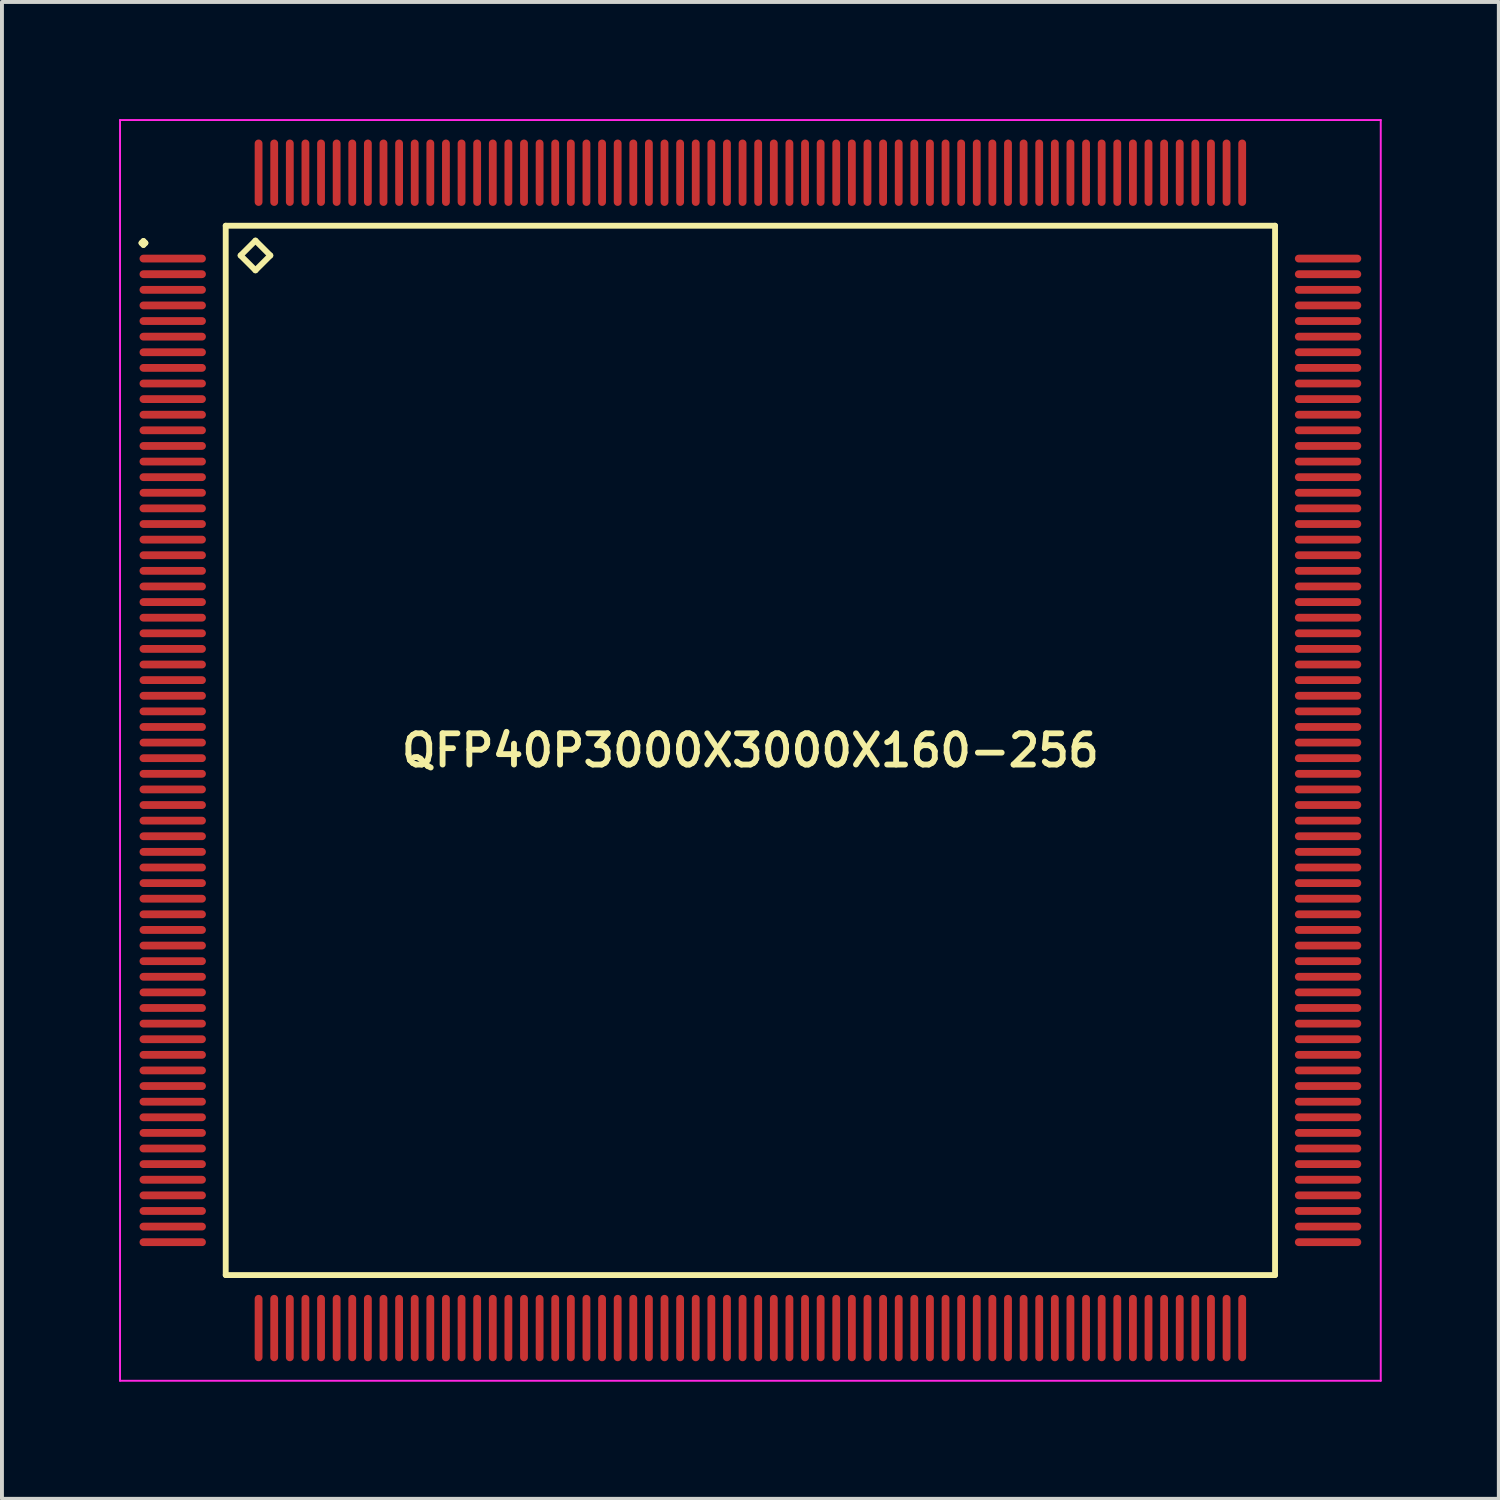
<source format=kicad_pcb>
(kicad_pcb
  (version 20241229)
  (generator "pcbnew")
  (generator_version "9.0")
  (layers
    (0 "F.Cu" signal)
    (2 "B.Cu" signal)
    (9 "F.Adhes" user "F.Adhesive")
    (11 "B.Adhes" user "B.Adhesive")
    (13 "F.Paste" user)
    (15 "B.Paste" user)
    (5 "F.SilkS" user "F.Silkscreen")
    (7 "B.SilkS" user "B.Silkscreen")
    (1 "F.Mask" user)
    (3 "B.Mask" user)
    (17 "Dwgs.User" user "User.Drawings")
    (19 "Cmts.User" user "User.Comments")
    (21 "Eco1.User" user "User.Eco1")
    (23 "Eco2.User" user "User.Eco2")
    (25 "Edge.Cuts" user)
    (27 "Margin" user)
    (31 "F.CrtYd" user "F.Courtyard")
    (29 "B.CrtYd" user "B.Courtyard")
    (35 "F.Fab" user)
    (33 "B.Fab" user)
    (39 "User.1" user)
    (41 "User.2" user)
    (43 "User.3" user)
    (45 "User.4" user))
  (footprint "QFP40P3000X3000X160-256"
    (layer "F.Cu")
    (at 16.175 16.175)
    (property "Reference" "QFP40P3000X3000X160-256" (at 0 0 0) (layer "F.SilkS") (effects (font (size 0.8 0.8) (thickness 0.15))))
    (attr smd)
    (fp_line (start -15.6 -13) (end -15.55 -13.05) (stroke (width 0.15) (type solid)) (layer "F.SilkS"))
    (fp_line (start -15.55 -13.05) (end -15.5 -13) (stroke (width 0.15) (type solid)) (layer "F.SilkS"))
    (fp_line (start -15.55 -12.95) (end -15.6 -13) (stroke (width 0.15) (type solid)) (layer "F.SilkS"))
    (fp_line (start -15.5 -13) (end -15.55 -12.95) (stroke (width 0.15) (type solid)) (layer "F.SilkS"))
    (fp_line (start -13.442 -13.442) (end -13.442 13.442) (stroke (width 0.15) (type solid)) (layer "F.SilkS"))
    (fp_line (start -13.442 13.442) (end 13.442 13.442) (stroke (width 0.15) (type solid)) (layer "F.SilkS"))
    (fp_line (start -13.061 -12.68) (end -12.68 -13.061) (stroke (width 0.15) (type solid)) (layer "F.SilkS"))
    (fp_line (start -12.68 -13.061) (end -12.299 -12.68) (stroke (width 0.15) (type solid)) (layer "F.SilkS"))
    (fp_line (start -12.68 -12.299) (end -13.061 -12.68) (stroke (width 0.15) (type solid)) (layer "F.SilkS"))
    (fp_line (start -12.299 -12.68) (end -12.68 -12.299) (stroke (width 0.15) (type solid)) (layer "F.SilkS"))
    (fp_line (start 13.442 -13.442) (end -13.442 -13.442) (stroke (width 0.15) (type solid)) (layer "F.SilkS"))
    (fp_line (start 13.442 13.442) (end 13.442 -13.442) (stroke (width 0.15) (type solid)) (layer "F.SilkS"))
    (fp_line (start -16.15 -16.15) (end 16.15 -16.15) (stroke (width 0.05) (type solid)) (layer "F.CrtYd"))
    (fp_line (start -16.15 16.15) (end -16.15 -16.15) (stroke (width 0.05) (type solid)) (layer "F.CrtYd"))
    (fp_line (start 16.15 -16.15) (end 16.15 16.15) (stroke (width 0.05) (type solid)) (layer "F.CrtYd"))
    (fp_line (start 16.15 16.15) (end -16.15 16.15) (stroke (width 0.05) (type solid)) (layer "F.CrtYd"))
    (pad "1" smd oval (at -14.8 -12.6) (size 1.7 0.2) (layers "F.Cu" "F.Mask" "F.Paste"))
    (pad "2" smd oval (at -14.8 -12.2) (size 1.7 0.2) (layers "F.Cu" "F.Mask" "F.Paste"))
    (pad "3" smd oval (at -14.8 -11.8) (size 1.7 0.2) (layers "F.Cu" "F.Mask" "F.Paste"))
    (pad "4" smd oval (at -14.8 -11.4) (size 1.7 0.2) (layers "F.Cu" "F.Mask" "F.Paste"))
    (pad "5" smd oval (at -14.8 -11) (size 1.7 0.2) (layers "F.Cu" "F.Mask" "F.Paste"))
    (pad "6" smd oval (at -14.8 -10.6) (size 1.7 0.2) (layers "F.Cu" "F.Mask" "F.Paste"))
    (pad "7" smd oval (at -14.8 -10.2) (size 1.7 0.2) (layers "F.Cu" "F.Mask" "F.Paste"))
    (pad "8" smd oval (at -14.8 -9.8) (size 1.7 0.2) (layers "F.Cu" "F.Mask" "F.Paste"))
    (pad "9" smd oval (at -14.8 -9.4) (size 1.7 0.2) (layers "F.Cu" "F.Mask" "F.Paste"))
    (pad "10" smd oval (at -14.8 -9) (size 1.7 0.2) (layers "F.Cu" "F.Mask" "F.Paste"))
    (pad "11" smd oval (at -14.8 -8.6) (size 1.7 0.2) (layers "F.Cu" "F.Mask" "F.Paste"))
    (pad "12" smd oval (at -14.8 -8.2) (size 1.7 0.2) (layers "F.Cu" "F.Mask" "F.Paste"))
    (pad "13" smd oval (at -14.8 -7.8) (size 1.7 0.2) (layers "F.Cu" "F.Mask" "F.Paste"))
    (pad "14" smd oval (at -14.8 -7.4) (size 1.7 0.2) (layers "F.Cu" "F.Mask" "F.Paste"))
    (pad "15" smd oval (at -14.8 -7) (size 1.7 0.2) (layers "F.Cu" "F.Mask" "F.Paste"))
    (pad "16" smd oval (at -14.8 -6.6) (size 1.7 0.2) (layers "F.Cu" "F.Mask" "F.Paste"))
    (pad "17" smd oval (at -14.8 -6.2) (size 1.7 0.2) (layers "F.Cu" "F.Mask" "F.Paste"))
    (pad "18" smd oval (at -14.8 -5.8) (size 1.7 0.2) (layers "F.Cu" "F.Mask" "F.Paste"))
    (pad "19" smd oval (at -14.8 -5.4) (size 1.7 0.2) (layers "F.Cu" "F.Mask" "F.Paste"))
    (pad "20" smd oval (at -14.8 -5) (size 1.7 0.2) (layers "F.Cu" "F.Mask" "F.Paste"))
    (pad "21" smd oval (at -14.8 -4.6) (size 1.7 0.2) (layers "F.Cu" "F.Mask" "F.Paste"))
    (pad "22" smd oval (at -14.8 -4.2) (size 1.7 0.2) (layers "F.Cu" "F.Mask" "F.Paste"))
    (pad "23" smd oval (at -14.8 -3.8) (size 1.7 0.2) (layers "F.Cu" "F.Mask" "F.Paste"))
    (pad "24" smd oval (at -14.8 -3.4) (size 1.7 0.2) (layers "F.Cu" "F.Mask" "F.Paste"))
    (pad "25" smd oval (at -14.8 -3) (size 1.7 0.2) (layers "F.Cu" "F.Mask" "F.Paste"))
    (pad "26" smd oval (at -14.8 -2.6) (size 1.7 0.2) (layers "F.Cu" "F.Mask" "F.Paste"))
    (pad "27" smd oval (at -14.8 -2.2) (size 1.7 0.2) (layers "F.Cu" "F.Mask" "F.Paste"))
    (pad "28" smd oval (at -14.8 -1.8) (size 1.7 0.2) (layers "F.Cu" "F.Mask" "F.Paste"))
    (pad "29" smd oval (at -14.8 -1.4) (size 1.7 0.2) (layers "F.Cu" "F.Mask" "F.Paste"))
    (pad "30" smd oval (at -14.8 -1) (size 1.7 0.2) (layers "F.Cu" "F.Mask" "F.Paste"))
    (pad "31" smd oval (at -14.8 -0.6) (size 1.7 0.2) (layers "F.Cu" "F.Mask" "F.Paste"))
    (pad "32" smd oval (at -14.8 -0.2) (size 1.7 0.2) (layers "F.Cu" "F.Mask" "F.Paste"))
    (pad "33" smd oval (at -14.8 0.2) (size 1.7 0.2) (layers "F.Cu" "F.Mask" "F.Paste"))
    (pad "34" smd oval (at -14.8 0.6) (size 1.7 0.2) (layers "F.Cu" "F.Mask" "F.Paste"))
    (pad "35" smd oval (at -14.8 1) (size 1.7 0.2) (layers "F.Cu" "F.Mask" "F.Paste"))
    (pad "36" smd oval (at -14.8 1.4) (size 1.7 0.2) (layers "F.Cu" "F.Mask" "F.Paste"))
    (pad "37" smd oval (at -14.8 1.8) (size 1.7 0.2) (layers "F.Cu" "F.Mask" "F.Paste"))
    (pad "38" smd oval (at -14.8 2.2) (size 1.7 0.2) (layers "F.Cu" "F.Mask" "F.Paste"))
    (pad "39" smd oval (at -14.8 2.6) (size 1.7 0.2) (layers "F.Cu" "F.Mask" "F.Paste"))
    (pad "40" smd oval (at -14.8 3) (size 1.7 0.2) (layers "F.Cu" "F.Mask" "F.Paste"))
    (pad "41" smd oval (at -14.8 3.4) (size 1.7 0.2) (layers "F.Cu" "F.Mask" "F.Paste"))
    (pad "42" smd oval (at -14.8 3.8) (size 1.7 0.2) (layers "F.Cu" "F.Mask" "F.Paste"))
    (pad "43" smd oval (at -14.8 4.2) (size 1.7 0.2) (layers "F.Cu" "F.Mask" "F.Paste"))
    (pad "44" smd oval (at -14.8 4.6) (size 1.7 0.2) (layers "F.Cu" "F.Mask" "F.Paste"))
    (pad "45" smd oval (at -14.8 5) (size 1.7 0.2) (layers "F.Cu" "F.Mask" "F.Paste"))
    (pad "46" smd oval (at -14.8 5.4) (size 1.7 0.2) (layers "F.Cu" "F.Mask" "F.Paste"))
    (pad "47" smd oval (at -14.8 5.8) (size 1.7 0.2) (layers "F.Cu" "F.Mask" "F.Paste"))
    (pad "48" smd oval (at -14.8 6.2) (size 1.7 0.2) (layers "F.Cu" "F.Mask" "F.Paste"))
    (pad "49" smd oval (at -14.8 6.6) (size 1.7 0.2) (layers "F.Cu" "F.Mask" "F.Paste"))
    (pad "50" smd oval (at -14.8 7) (size 1.7 0.2) (layers "F.Cu" "F.Mask" "F.Paste"))
    (pad "51" smd oval (at -14.8 7.4) (size 1.7 0.2) (layers "F.Cu" "F.Mask" "F.Paste"))
    (pad "52" smd oval (at -14.8 7.8) (size 1.7 0.2) (layers "F.Cu" "F.Mask" "F.Paste"))
    (pad "53" smd oval (at -14.8 8.2) (size 1.7 0.2) (layers "F.Cu" "F.Mask" "F.Paste"))
    (pad "54" smd oval (at -14.8 8.6) (size 1.7 0.2) (layers "F.Cu" "F.Mask" "F.Paste"))
    (pad "55" smd oval (at -14.8 9) (size 1.7 0.2) (layers "F.Cu" "F.Mask" "F.Paste"))
    (pad "56" smd oval (at -14.8 9.4) (size 1.7 0.2) (layers "F.Cu" "F.Mask" "F.Paste"))
    (pad "57" smd oval (at -14.8 9.8) (size 1.7 0.2) (layers "F.Cu" "F.Mask" "F.Paste"))
    (pad "58" smd oval (at -14.8 10.2) (size 1.7 0.2) (layers "F.Cu" "F.Mask" "F.Paste"))
    (pad "59" smd oval (at -14.8 10.6) (size 1.7 0.2) (layers "F.Cu" "F.Mask" "F.Paste"))
    (pad "60" smd oval (at -14.8 11) (size 1.7 0.2) (layers "F.Cu" "F.Mask" "F.Paste"))
    (pad "61" smd oval (at -14.8 11.4) (size 1.7 0.2) (layers "F.Cu" "F.Mask" "F.Paste"))
    (pad "62" smd oval (at -14.8 11.8) (size 1.7 0.2) (layers "F.Cu" "F.Mask" "F.Paste"))
    (pad "63" smd oval (at -14.8 12.2) (size 1.7 0.2) (layers "F.Cu" "F.Mask" "F.Paste"))
    (pad "64" smd oval (at -14.8 12.6) (size 1.7 0.2) (layers "F.Cu" "F.Mask" "F.Paste"))
    (pad "65" smd oval (at -12.6 14.8) (size 0.2 1.7) (layers "F.Cu" "F.Mask" "F.Paste"))
    (pad "66" smd oval (at -12.2 14.8) (size 0.2 1.7) (layers "F.Cu" "F.Mask" "F.Paste"))
    (pad "67" smd oval (at -11.8 14.8) (size 0.2 1.7) (layers "F.Cu" "F.Mask" "F.Paste"))
    (pad "68" smd oval (at -11.4 14.8) (size 0.2 1.7) (layers "F.Cu" "F.Mask" "F.Paste"))
    (pad "69" smd oval (at -11 14.8) (size 0.2 1.7) (layers "F.Cu" "F.Mask" "F.Paste"))
    (pad "70" smd oval (at -10.6 14.8) (size 0.2 1.7) (layers "F.Cu" "F.Mask" "F.Paste"))
    (pad "71" smd oval (at -10.2 14.8) (size 0.2 1.7) (layers "F.Cu" "F.Mask" "F.Paste"))
    (pad "72" smd oval (at -9.8 14.8) (size 0.2 1.7) (layers "F.Cu" "F.Mask" "F.Paste"))
    (pad "73" smd oval (at -9.4 14.8) (size 0.2 1.7) (layers "F.Cu" "F.Mask" "F.Paste"))
    (pad "74" smd oval (at -9 14.8) (size 0.2 1.7) (layers "F.Cu" "F.Mask" "F.Paste"))
    (pad "75" smd oval (at -8.6 14.8) (size 0.2 1.7) (layers "F.Cu" "F.Mask" "F.Paste"))
    (pad "76" smd oval (at -8.2 14.8) (size 0.2 1.7) (layers "F.Cu" "F.Mask" "F.Paste"))
    (pad "77" smd oval (at -7.8 14.8) (size 0.2 1.7) (layers "F.Cu" "F.Mask" "F.Paste"))
    (pad "78" smd oval (at -7.4 14.8) (size 0.2 1.7) (layers "F.Cu" "F.Mask" "F.Paste"))
    (pad "79" smd oval (at -7 14.8) (size 0.2 1.7) (layers "F.Cu" "F.Mask" "F.Paste"))
    (pad "80" smd oval (at -6.6 14.8) (size 0.2 1.7) (layers "F.Cu" "F.Mask" "F.Paste"))
    (pad "81" smd oval (at -6.2 14.8) (size 0.2 1.7) (layers "F.Cu" "F.Mask" "F.Paste"))
    (pad "82" smd oval (at -5.8 14.8) (size 0.2 1.7) (layers "F.Cu" "F.Mask" "F.Paste"))
    (pad "83" smd oval (at -5.4 14.8) (size 0.2 1.7) (layers "F.Cu" "F.Mask" "F.Paste"))
    (pad "84" smd oval (at -5 14.8) (size 0.2 1.7) (layers "F.Cu" "F.Mask" "F.Paste"))
    (pad "85" smd oval (at -4.6 14.8) (size 0.2 1.7) (layers "F.Cu" "F.Mask" "F.Paste"))
    (pad "86" smd oval (at -4.2 14.8) (size 0.2 1.7) (layers "F.Cu" "F.Mask" "F.Paste"))
    (pad "87" smd oval (at -3.8 14.8) (size 0.2 1.7) (layers "F.Cu" "F.Mask" "F.Paste"))
    (pad "88" smd oval (at -3.4 14.8) (size 0.2 1.7) (layers "F.Cu" "F.Mask" "F.Paste"))
    (pad "89" smd oval (at -3 14.8) (size 0.2 1.7) (layers "F.Cu" "F.Mask" "F.Paste"))
    (pad "90" smd oval (at -2.6 14.8) (size 0.2 1.7) (layers "F.Cu" "F.Mask" "F.Paste"))
    (pad "91" smd oval (at -2.2 14.8) (size 0.2 1.7) (layers "F.Cu" "F.Mask" "F.Paste"))
    (pad "92" smd oval (at -1.8 14.8) (size 0.2 1.7) (layers "F.Cu" "F.Mask" "F.Paste"))
    (pad "93" smd oval (at -1.4 14.8) (size 0.2 1.7) (layers "F.Cu" "F.Mask" "F.Paste"))
    (pad "94" smd oval (at -1 14.8) (size 0.2 1.7) (layers "F.Cu" "F.Mask" "F.Paste"))
    (pad "95" smd oval (at -0.6 14.8) (size 0.2 1.7) (layers "F.Cu" "F.Mask" "F.Paste"))
    (pad "96" smd oval (at -0.2 14.8) (size 0.2 1.7) (layers "F.Cu" "F.Mask" "F.Paste"))
    (pad "97" smd oval (at 0.2 14.8) (size 0.2 1.7) (layers "F.Cu" "F.Mask" "F.Paste"))
    (pad "98" smd oval (at 0.6 14.8) (size 0.2 1.7) (layers "F.Cu" "F.Mask" "F.Paste"))
    (pad "99" smd oval (at 1 14.8) (size 0.2 1.7) (layers "F.Cu" "F.Mask" "F.Paste"))
    (pad "100" smd oval (at 1.4 14.8) (size 0.2 1.7) (layers "F.Cu" "F.Mask" "F.Paste"))
    (pad "101" smd oval (at 1.8 14.8) (size 0.2 1.7) (layers "F.Cu" "F.Mask" "F.Paste"))
    (pad "102" smd oval (at 2.2 14.8) (size 0.2 1.7) (layers "F.Cu" "F.Mask" "F.Paste"))
    (pad "103" smd oval (at 2.6 14.8) (size 0.2 1.7) (layers "F.Cu" "F.Mask" "F.Paste"))
    (pad "104" smd oval (at 3 14.8) (size 0.2 1.7) (layers "F.Cu" "F.Mask" "F.Paste"))
    (pad "105" smd oval (at 3.4 14.8) (size 0.2 1.7) (layers "F.Cu" "F.Mask" "F.Paste"))
    (pad "106" smd oval (at 3.8 14.8) (size 0.2 1.7) (layers "F.Cu" "F.Mask" "F.Paste"))
    (pad "107" smd oval (at 4.2 14.8) (size 0.2 1.7) (layers "F.Cu" "F.Mask" "F.Paste"))
    (pad "108" smd oval (at 4.6 14.8) (size 0.2 1.7) (layers "F.Cu" "F.Mask" "F.Paste"))
    (pad "109" smd oval (at 5 14.8) (size 0.2 1.7) (layers "F.Cu" "F.Mask" "F.Paste"))
    (pad "110" smd oval (at 5.4 14.8) (size 0.2 1.7) (layers "F.Cu" "F.Mask" "F.Paste"))
    (pad "111" smd oval (at 5.8 14.8) (size 0.2 1.7) (layers "F.Cu" "F.Mask" "F.Paste"))
    (pad "112" smd oval (at 6.2 14.8) (size 0.2 1.7) (layers "F.Cu" "F.Mask" "F.Paste"))
    (pad "113" smd oval (at 6.6 14.8) (size 0.2 1.7) (layers "F.Cu" "F.Mask" "F.Paste"))
    (pad "114" smd oval (at 7 14.8) (size 0.2 1.7) (layers "F.Cu" "F.Mask" "F.Paste"))
    (pad "115" smd oval (at 7.4 14.8) (size 0.2 1.7) (layers "F.Cu" "F.Mask" "F.Paste"))
    (pad "116" smd oval (at 7.8 14.8) (size 0.2 1.7) (layers "F.Cu" "F.Mask" "F.Paste"))
    (pad "117" smd oval (at 8.2 14.8) (size 0.2 1.7) (layers "F.Cu" "F.Mask" "F.Paste"))
    (pad "118" smd oval (at 8.6 14.8) (size 0.2 1.7) (layers "F.Cu" "F.Mask" "F.Paste"))
    (pad "119" smd oval (at 9 14.8) (size 0.2 1.7) (layers "F.Cu" "F.Mask" "F.Paste"))
    (pad "120" smd oval (at 9.4 14.8) (size 0.2 1.7) (layers "F.Cu" "F.Mask" "F.Paste"))
    (pad "121" smd oval (at 9.8 14.8) (size 0.2 1.7) (layers "F.Cu" "F.Mask" "F.Paste"))
    (pad "122" smd oval (at 10.2 14.8) (size 0.2 1.7) (layers "F.Cu" "F.Mask" "F.Paste"))
    (pad "123" smd oval (at 10.6 14.8) (size 0.2 1.7) (layers "F.Cu" "F.Mask" "F.Paste"))
    (pad "124" smd oval (at 11 14.8) (size 0.2 1.7) (layers "F.Cu" "F.Mask" "F.Paste"))
    (pad "125" smd oval (at 11.4 14.8) (size 0.2 1.7) (layers "F.Cu" "F.Mask" "F.Paste"))
    (pad "126" smd oval (at 11.8 14.8) (size 0.2 1.7) (layers "F.Cu" "F.Mask" "F.Paste"))
    (pad "127" smd oval (at 12.2 14.8) (size 0.2 1.7) (layers "F.Cu" "F.Mask" "F.Paste"))
    (pad "128" smd oval (at 12.6 14.8) (size 0.2 1.7) (layers "F.Cu" "F.Mask" "F.Paste"))
    (pad "129" smd oval (at 14.8 12.6) (size 1.7 0.2) (layers "F.Cu" "F.Mask" "F.Paste"))
    (pad "130" smd oval (at 14.8 12.2) (size 1.7 0.2) (layers "F.Cu" "F.Mask" "F.Paste"))
    (pad "131" smd oval (at 14.8 11.8) (size 1.7 0.2) (layers "F.Cu" "F.Mask" "F.Paste"))
    (pad "132" smd oval (at 14.8 11.4) (size 1.7 0.2) (layers "F.Cu" "F.Mask" "F.Paste"))
    (pad "133" smd oval (at 14.8 11) (size 1.7 0.2) (layers "F.Cu" "F.Mask" "F.Paste"))
    (pad "134" smd oval (at 14.8 10.6) (size 1.7 0.2) (layers "F.Cu" "F.Mask" "F.Paste"))
    (pad "135" smd oval (at 14.8 10.2) (size 1.7 0.2) (layers "F.Cu" "F.Mask" "F.Paste"))
    (pad "136" smd oval (at 14.8 9.8) (size 1.7 0.2) (layers "F.Cu" "F.Mask" "F.Paste"))
    (pad "137" smd oval (at 14.8 9.4) (size 1.7 0.2) (layers "F.Cu" "F.Mask" "F.Paste"))
    (pad "138" smd oval (at 14.8 9) (size 1.7 0.2) (layers "F.Cu" "F.Mask" "F.Paste"))
    (pad "139" smd oval (at 14.8 8.6) (size 1.7 0.2) (layers "F.Cu" "F.Mask" "F.Paste"))
    (pad "140" smd oval (at 14.8 8.2) (size 1.7 0.2) (layers "F.Cu" "F.Mask" "F.Paste"))
    (pad "141" smd oval (at 14.8 7.8) (size 1.7 0.2) (layers "F.Cu" "F.Mask" "F.Paste"))
    (pad "142" smd oval (at 14.8 7.4) (size 1.7 0.2) (layers "F.Cu" "F.Mask" "F.Paste"))
    (pad "143" smd oval (at 14.8 7) (size 1.7 0.2) (layers "F.Cu" "F.Mask" "F.Paste"))
    (pad "144" smd oval (at 14.8 6.6) (size 1.7 0.2) (layers "F.Cu" "F.Mask" "F.Paste"))
    (pad "145" smd oval (at 14.8 6.2) (size 1.7 0.2) (layers "F.Cu" "F.Mask" "F.Paste"))
    (pad "146" smd oval (at 14.8 5.8) (size 1.7 0.2) (layers "F.Cu" "F.Mask" "F.Paste"))
    (pad "147" smd oval (at 14.8 5.4) (size 1.7 0.2) (layers "F.Cu" "F.Mask" "F.Paste"))
    (pad "148" smd oval (at 14.8 5) (size 1.7 0.2) (layers "F.Cu" "F.Mask" "F.Paste"))
    (pad "149" smd oval (at 14.8 4.6) (size 1.7 0.2) (layers "F.Cu" "F.Mask" "F.Paste"))
    (pad "150" smd oval (at 14.8 4.2) (size 1.7 0.2) (layers "F.Cu" "F.Mask" "F.Paste"))
    (pad "151" smd oval (at 14.8 3.8) (size 1.7 0.2) (layers "F.Cu" "F.Mask" "F.Paste"))
    (pad "152" smd oval (at 14.8 3.4) (size 1.7 0.2) (layers "F.Cu" "F.Mask" "F.Paste"))
    (pad "153" smd oval (at 14.8 3) (size 1.7 0.2) (layers "F.Cu" "F.Mask" "F.Paste"))
    (pad "154" smd oval (at 14.8 2.6) (size 1.7 0.2) (layers "F.Cu" "F.Mask" "F.Paste"))
    (pad "155" smd oval (at 14.8 2.2) (size 1.7 0.2) (layers "F.Cu" "F.Mask" "F.Paste"))
    (pad "156" smd oval (at 14.8 1.8) (size 1.7 0.2) (layers "F.Cu" "F.Mask" "F.Paste"))
    (pad "157" smd oval (at 14.8 1.4) (size 1.7 0.2) (layers "F.Cu" "F.Mask" "F.Paste"))
    (pad "158" smd oval (at 14.8 1) (size 1.7 0.2) (layers "F.Cu" "F.Mask" "F.Paste"))
    (pad "159" smd oval (at 14.8 0.6) (size 1.7 0.2) (layers "F.Cu" "F.Mask" "F.Paste"))
    (pad "160" smd oval (at 14.8 0.2) (size 1.7 0.2) (layers "F.Cu" "F.Mask" "F.Paste"))
    (pad "161" smd oval (at 14.8 -0.2) (size 1.7 0.2) (layers "F.Cu" "F.Mask" "F.Paste"))
    (pad "162" smd oval (at 14.8 -0.6) (size 1.7 0.2) (layers "F.Cu" "F.Mask" "F.Paste"))
    (pad "163" smd oval (at 14.8 -1) (size 1.7 0.2) (layers "F.Cu" "F.Mask" "F.Paste"))
    (pad "164" smd oval (at 14.8 -1.4) (size 1.7 0.2) (layers "F.Cu" "F.Mask" "F.Paste"))
    (pad "165" smd oval (at 14.8 -1.8) (size 1.7 0.2) (layers "F.Cu" "F.Mask" "F.Paste"))
    (pad "166" smd oval (at 14.8 -2.2) (size 1.7 0.2) (layers "F.Cu" "F.Mask" "F.Paste"))
    (pad "167" smd oval (at 14.8 -2.6) (size 1.7 0.2) (layers "F.Cu" "F.Mask" "F.Paste"))
    (pad "168" smd oval (at 14.8 -3) (size 1.7 0.2) (layers "F.Cu" "F.Mask" "F.Paste"))
    (pad "169" smd oval (at 14.8 -3.4) (size 1.7 0.2) (layers "F.Cu" "F.Mask" "F.Paste"))
    (pad "170" smd oval (at 14.8 -3.8) (size 1.7 0.2) (layers "F.Cu" "F.Mask" "F.Paste"))
    (pad "171" smd oval (at 14.8 -4.2) (size 1.7 0.2) (layers "F.Cu" "F.Mask" "F.Paste"))
    (pad "172" smd oval (at 14.8 -4.6) (size 1.7 0.2) (layers "F.Cu" "F.Mask" "F.Paste"))
    (pad "173" smd oval (at 14.8 -5) (size 1.7 0.2) (layers "F.Cu" "F.Mask" "F.Paste"))
    (pad "174" smd oval (at 14.8 -5.4) (size 1.7 0.2) (layers "F.Cu" "F.Mask" "F.Paste"))
    (pad "175" smd oval (at 14.8 -5.8) (size 1.7 0.2) (layers "F.Cu" "F.Mask" "F.Paste"))
    (pad "176" smd oval (at 14.8 -6.2) (size 1.7 0.2) (layers "F.Cu" "F.Mask" "F.Paste"))
    (pad "177" smd oval (at 14.8 -6.6) (size 1.7 0.2) (layers "F.Cu" "F.Mask" "F.Paste"))
    (pad "178" smd oval (at 14.8 -7) (size 1.7 0.2) (layers "F.Cu" "F.Mask" "F.Paste"))
    (pad "179" smd oval (at 14.8 -7.4) (size 1.7 0.2) (layers "F.Cu" "F.Mask" "F.Paste"))
    (pad "180" smd oval (at 14.8 -7.8) (size 1.7 0.2) (layers "F.Cu" "F.Mask" "F.Paste"))
    (pad "181" smd oval (at 14.8 -8.2) (size 1.7 0.2) (layers "F.Cu" "F.Mask" "F.Paste"))
    (pad "182" smd oval (at 14.8 -8.6) (size 1.7 0.2) (layers "F.Cu" "F.Mask" "F.Paste"))
    (pad "183" smd oval (at 14.8 -9) (size 1.7 0.2) (layers "F.Cu" "F.Mask" "F.Paste"))
    (pad "184" smd oval (at 14.8 -9.4) (size 1.7 0.2) (layers "F.Cu" "F.Mask" "F.Paste"))
    (pad "185" smd oval (at 14.8 -9.8) (size 1.7 0.2) (layers "F.Cu" "F.Mask" "F.Paste"))
    (pad "186" smd oval (at 14.8 -10.2) (size 1.7 0.2) (layers "F.Cu" "F.Mask" "F.Paste"))
    (pad "187" smd oval (at 14.8 -10.6) (size 1.7 0.2) (layers "F.Cu" "F.Mask" "F.Paste"))
    (pad "188" smd oval (at 14.8 -11) (size 1.7 0.2) (layers "F.Cu" "F.Mask" "F.Paste"))
    (pad "189" smd oval (at 14.8 -11.4) (size 1.7 0.2) (layers "F.Cu" "F.Mask" "F.Paste"))
    (pad "190" smd oval (at 14.8 -11.8) (size 1.7 0.2) (layers "F.Cu" "F.Mask" "F.Paste"))
    (pad "191" smd oval (at 14.8 -12.2) (size 1.7 0.2) (layers "F.Cu" "F.Mask" "F.Paste"))
    (pad "192" smd oval (at 14.8 -12.6) (size 1.7 0.2) (layers "F.Cu" "F.Mask" "F.Paste"))
    (pad "193" smd oval (at 12.6 -14.8) (size 0.2 1.7) (layers "F.Cu" "F.Mask" "F.Paste"))
    (pad "194" smd oval (at 12.2 -14.8) (size 0.2 1.7) (layers "F.Cu" "F.Mask" "F.Paste"))
    (pad "195" smd oval (at 11.8 -14.8) (size 0.2 1.7) (layers "F.Cu" "F.Mask" "F.Paste"))
    (pad "196" smd oval (at 11.4 -14.8) (size 0.2 1.7) (layers "F.Cu" "F.Mask" "F.Paste"))
    (pad "197" smd oval (at 11 -14.8) (size 0.2 1.7) (layers "F.Cu" "F.Mask" "F.Paste"))
    (pad "198" smd oval (at 10.6 -14.8) (size 0.2 1.7) (layers "F.Cu" "F.Mask" "F.Paste"))
    (pad "199" smd oval (at 10.2 -14.8) (size 0.2 1.7) (layers "F.Cu" "F.Mask" "F.Paste"))
    (pad "200" smd oval (at 9.8 -14.8) (size 0.2 1.7) (layers "F.Cu" "F.Mask" "F.Paste"))
    (pad "201" smd oval (at 9.4 -14.8) (size 0.2 1.7) (layers "F.Cu" "F.Mask" "F.Paste"))
    (pad "202" smd oval (at 9 -14.8) (size 0.2 1.7) (layers "F.Cu" "F.Mask" "F.Paste"))
    (pad "203" smd oval (at 8.6 -14.8) (size 0.2 1.7) (layers "F.Cu" "F.Mask" "F.Paste"))
    (pad "204" smd oval (at 8.2 -14.8) (size 0.2 1.7) (layers "F.Cu" "F.Mask" "F.Paste"))
    (pad "205" smd oval (at 7.8 -14.8) (size 0.2 1.7) (layers "F.Cu" "F.Mask" "F.Paste"))
    (pad "206" smd oval (at 7.4 -14.8) (size 0.2 1.7) (layers "F.Cu" "F.Mask" "F.Paste"))
    (pad "207" smd oval (at 7 -14.8) (size 0.2 1.7) (layers "F.Cu" "F.Mask" "F.Paste"))
    (pad "208" smd oval (at 6.6 -14.8) (size 0.2 1.7) (layers "F.Cu" "F.Mask" "F.Paste"))
    (pad "209" smd oval (at 6.2 -14.8) (size 0.2 1.7) (layers "F.Cu" "F.Mask" "F.Paste"))
    (pad "210" smd oval (at 5.8 -14.8) (size 0.2 1.7) (layers "F.Cu" "F.Mask" "F.Paste"))
    (pad "211" smd oval (at 5.4 -14.8) (size 0.2 1.7) (layers "F.Cu" "F.Mask" "F.Paste"))
    (pad "212" smd oval (at 5 -14.8) (size 0.2 1.7) (layers "F.Cu" "F.Mask" "F.Paste"))
    (pad "213" smd oval (at 4.6 -14.8) (size 0.2 1.7) (layers "F.Cu" "F.Mask" "F.Paste"))
    (pad "214" smd oval (at 4.2 -14.8) (size 0.2 1.7) (layers "F.Cu" "F.Mask" "F.Paste"))
    (pad "215" smd oval (at 3.8 -14.8) (size 0.2 1.7) (layers "F.Cu" "F.Mask" "F.Paste"))
    (pad "216" smd oval (at 3.4 -14.8) (size 0.2 1.7) (layers "F.Cu" "F.Mask" "F.Paste"))
    (pad "217" smd oval (at 3 -14.8) (size 0.2 1.7) (layers "F.Cu" "F.Mask" "F.Paste"))
    (pad "218" smd oval (at 2.6 -14.8) (size 0.2 1.7) (layers "F.Cu" "F.Mask" "F.Paste"))
    (pad "219" smd oval (at 2.2 -14.8) (size 0.2 1.7) (layers "F.Cu" "F.Mask" "F.Paste"))
    (pad "220" smd oval (at 1.8 -14.8) (size 0.2 1.7) (layers "F.Cu" "F.Mask" "F.Paste"))
    (pad "221" smd oval (at 1.4 -14.8) (size 0.2 1.7) (layers "F.Cu" "F.Mask" "F.Paste"))
    (pad "222" smd oval (at 1 -14.8) (size 0.2 1.7) (layers "F.Cu" "F.Mask" "F.Paste"))
    (pad "223" smd oval (at 0.6 -14.8) (size 0.2 1.7) (layers "F.Cu" "F.Mask" "F.Paste"))
    (pad "224" smd oval (at 0.2 -14.8) (size 0.2 1.7) (layers "F.Cu" "F.Mask" "F.Paste"))
    (pad "225" smd oval (at -0.2 -14.8) (size 0.2 1.7) (layers "F.Cu" "F.Mask" "F.Paste"))
    (pad "226" smd oval (at -0.6 -14.8) (size 0.2 1.7) (layers "F.Cu" "F.Mask" "F.Paste"))
    (pad "227" smd oval (at -1 -14.8) (size 0.2 1.7) (layers "F.Cu" "F.Mask" "F.Paste"))
    (pad "228" smd oval (at -1.4 -14.8) (size 0.2 1.7) (layers "F.Cu" "F.Mask" "F.Paste"))
    (pad "229" smd oval (at -1.8 -14.8) (size 0.2 1.7) (layers "F.Cu" "F.Mask" "F.Paste"))
    (pad "230" smd oval (at -2.2 -14.8) (size 0.2 1.7) (layers "F.Cu" "F.Mask" "F.Paste"))
    (pad "231" smd oval (at -2.6 -14.8) (size 0.2 1.7) (layers "F.Cu" "F.Mask" "F.Paste"))
    (pad "232" smd oval (at -3 -14.8) (size 0.2 1.7) (layers "F.Cu" "F.Mask" "F.Paste"))
    (pad "233" smd oval (at -3.4 -14.8) (size 0.2 1.7) (layers "F.Cu" "F.Mask" "F.Paste"))
    (pad "234" smd oval (at -3.8 -14.8) (size 0.2 1.7) (layers "F.Cu" "F.Mask" "F.Paste"))
    (pad "235" smd oval (at -4.2 -14.8) (size 0.2 1.7) (layers "F.Cu" "F.Mask" "F.Paste"))
    (pad "236" smd oval (at -4.6 -14.8) (size 0.2 1.7) (layers "F.Cu" "F.Mask" "F.Paste"))
    (pad "237" smd oval (at -5 -14.8) (size 0.2 1.7) (layers "F.Cu" "F.Mask" "F.Paste"))
    (pad "238" smd oval (at -5.4 -14.8) (size 0.2 1.7) (layers "F.Cu" "F.Mask" "F.Paste"))
    (pad "239" smd oval (at -5.8 -14.8) (size 0.2 1.7) (layers "F.Cu" "F.Mask" "F.Paste"))
    (pad "240" smd oval (at -6.2 -14.8) (size 0.2 1.7) (layers "F.Cu" "F.Mask" "F.Paste"))
    (pad "241" smd oval (at -6.6 -14.8) (size 0.2 1.7) (layers "F.Cu" "F.Mask" "F.Paste"))
    (pad "242" smd oval (at -7 -14.8) (size 0.2 1.7) (layers "F.Cu" "F.Mask" "F.Paste"))
    (pad "243" smd oval (at -7.4 -14.8) (size 0.2 1.7) (layers "F.Cu" "F.Mask" "F.Paste"))
    (pad "244" smd oval (at -7.8 -14.8) (size 0.2 1.7) (layers "F.Cu" "F.Mask" "F.Paste"))
    (pad "245" smd oval (at -8.2 -14.8) (size 0.2 1.7) (layers "F.Cu" "F.Mask" "F.Paste"))
    (pad "246" smd oval (at -8.6 -14.8) (size 0.2 1.7) (layers "F.Cu" "F.Mask" "F.Paste"))
    (pad "247" smd oval (at -9 -14.8) (size 0.2 1.7) (layers "F.Cu" "F.Mask" "F.Paste"))
    (pad "248" smd oval (at -9.4 -14.8) (size 0.2 1.7) (layers "F.Cu" "F.Mask" "F.Paste"))
    (pad "249" smd oval (at -9.8 -14.8) (size 0.2 1.7) (layers "F.Cu" "F.Mask" "F.Paste"))
    (pad "250" smd oval (at -10.2 -14.8) (size 0.2 1.7) (layers "F.Cu" "F.Mask" "F.Paste"))
    (pad "251" smd oval (at -10.6 -14.8) (size 0.2 1.7) (layers "F.Cu" "F.Mask" "F.Paste"))
    (pad "252" smd oval (at -11 -14.8) (size 0.2 1.7) (layers "F.Cu" "F.Mask" "F.Paste"))
    (pad "253" smd oval (at -11.4 -14.8) (size 0.2 1.7) (layers "F.Cu" "F.Mask" "F.Paste"))
    (pad "254" smd oval (at -11.8 -14.8) (size 0.2 1.7) (layers "F.Cu" "F.Mask" "F.Paste"))
    (pad "255" smd oval (at -12.2 -14.8) (size 0.2 1.7) (layers "F.Cu" "F.Mask" "F.Paste"))
    (pad "256" smd oval (at -12.6 -14.8) (size 0.2 1.7) (layers "F.Cu" "F.Mask" "F.Paste")))
  (gr_rect
    (start -3 -3)
    (end 35.35 35.35)
    (stroke (width 0.1) (type default))
    (fill no)
    (layer "Edge.Cuts")))
</source>
